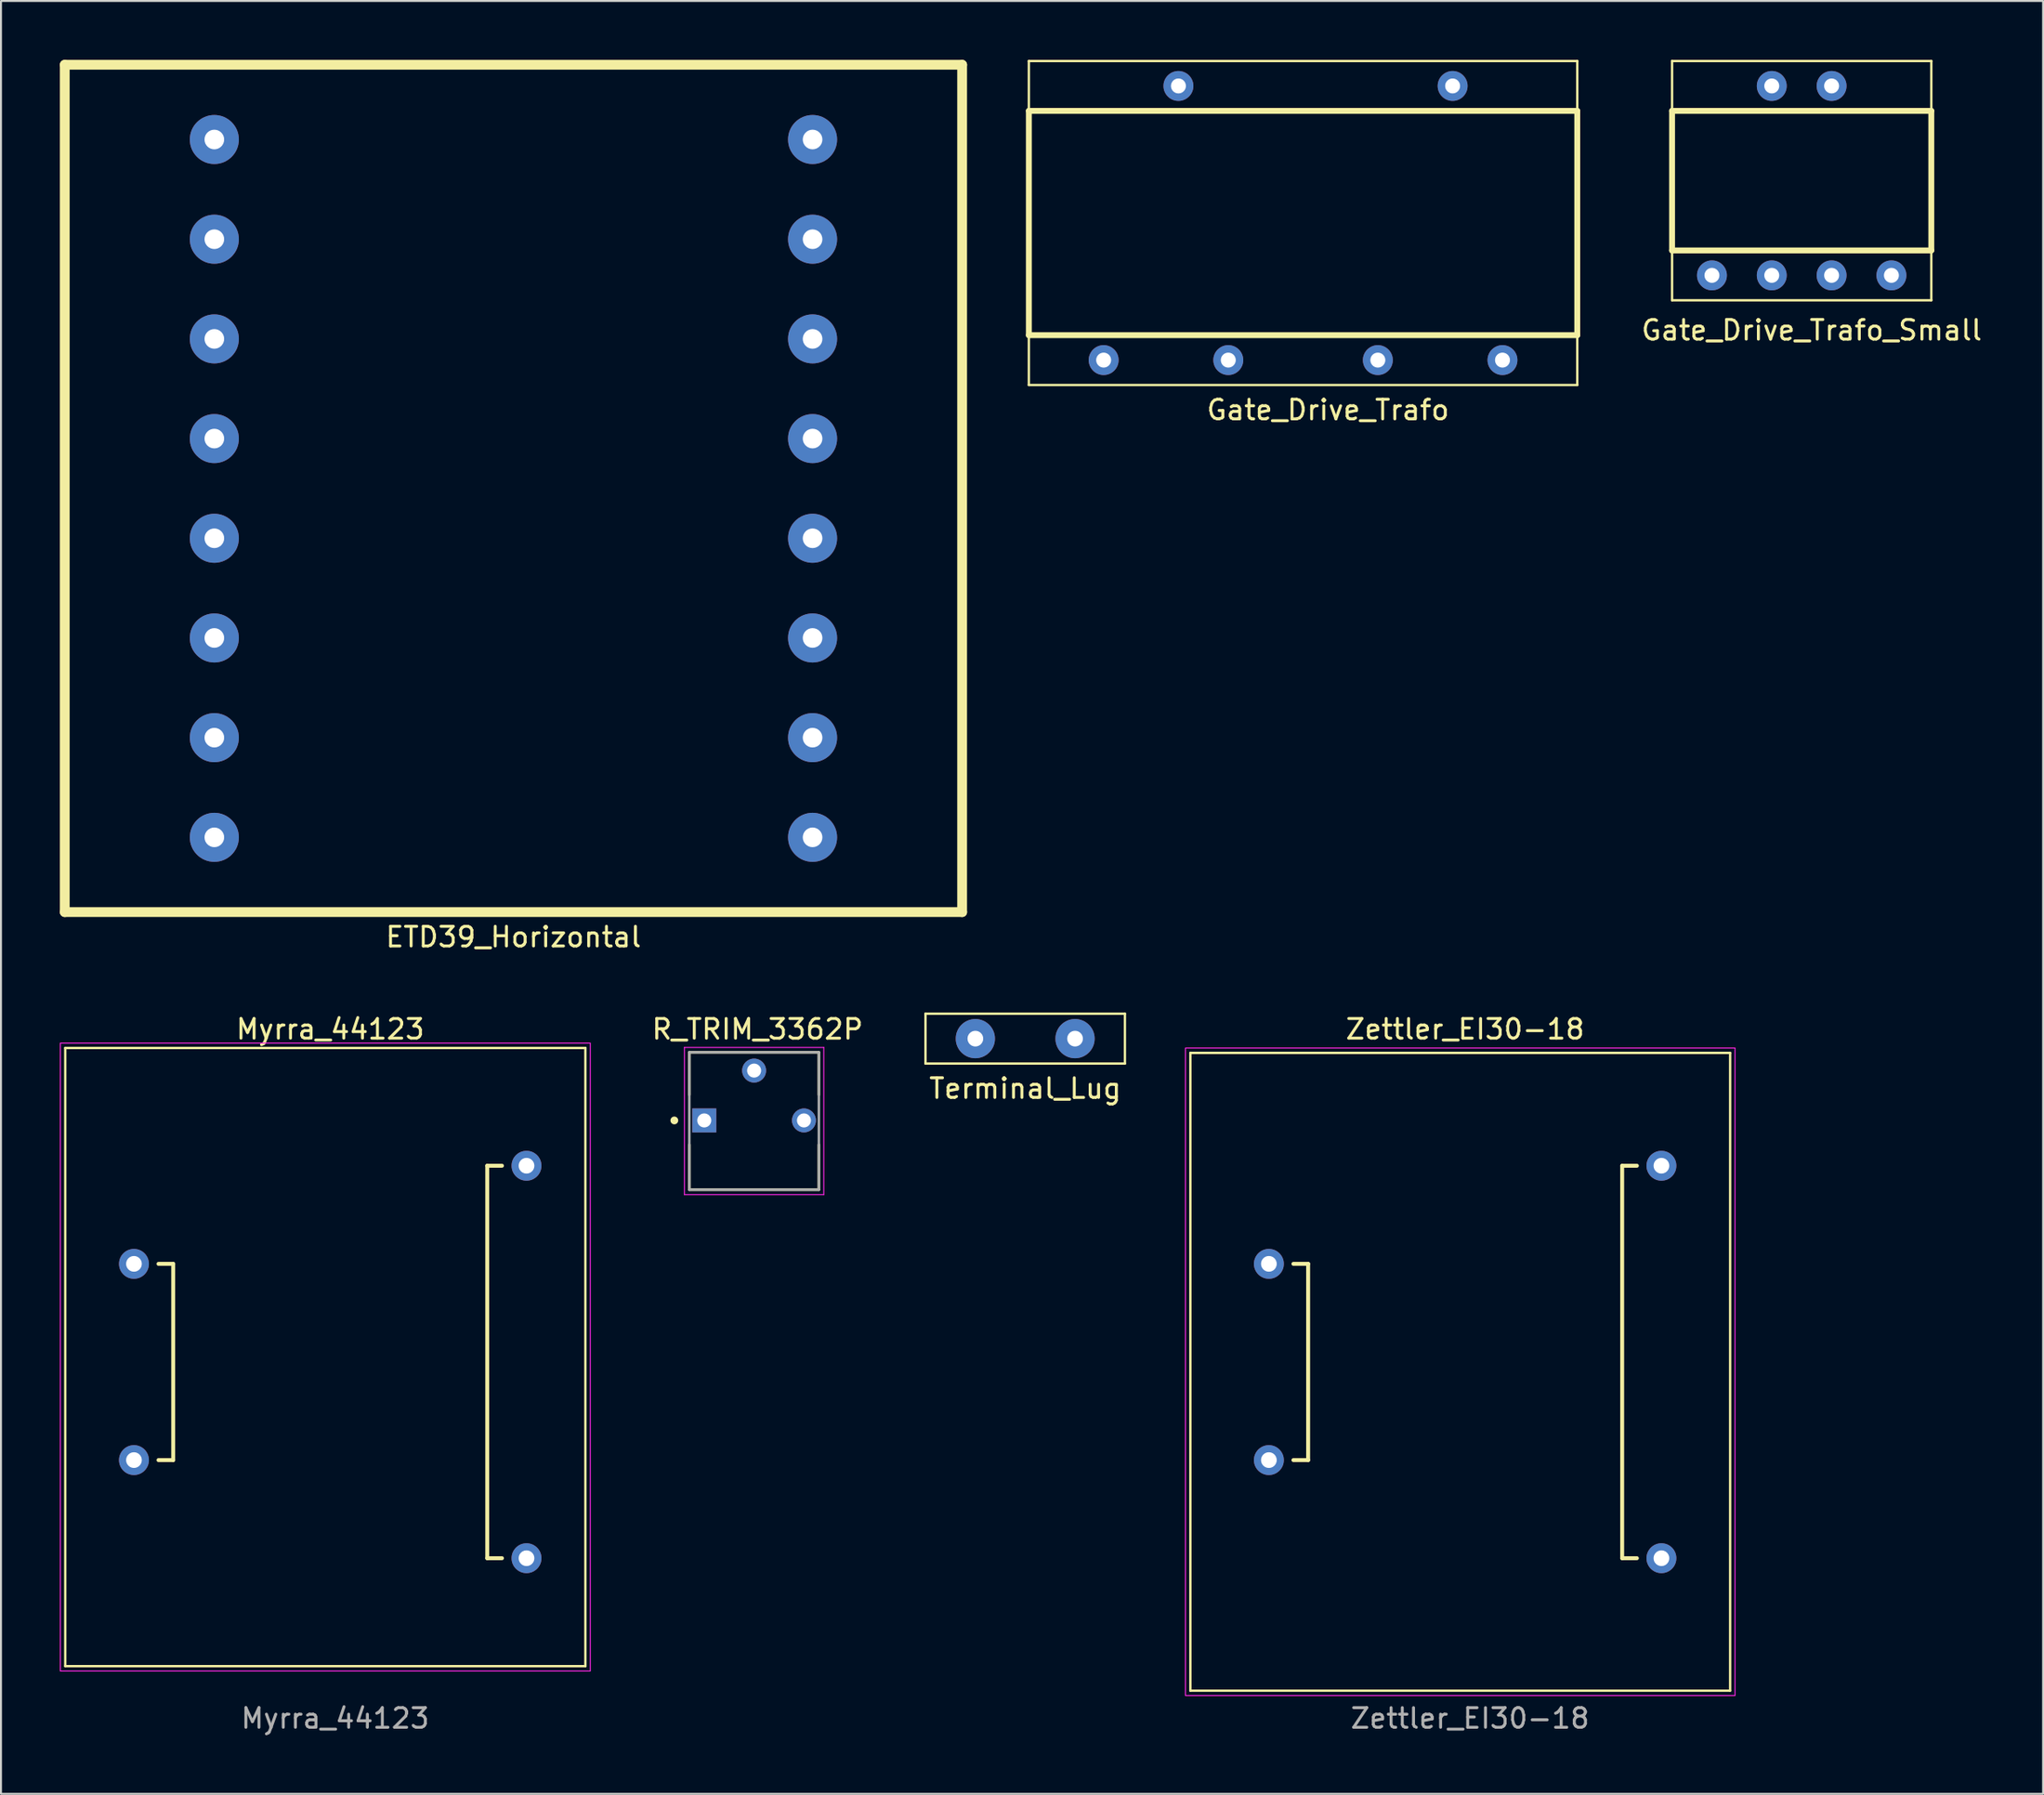
<source format=kicad_pcb>
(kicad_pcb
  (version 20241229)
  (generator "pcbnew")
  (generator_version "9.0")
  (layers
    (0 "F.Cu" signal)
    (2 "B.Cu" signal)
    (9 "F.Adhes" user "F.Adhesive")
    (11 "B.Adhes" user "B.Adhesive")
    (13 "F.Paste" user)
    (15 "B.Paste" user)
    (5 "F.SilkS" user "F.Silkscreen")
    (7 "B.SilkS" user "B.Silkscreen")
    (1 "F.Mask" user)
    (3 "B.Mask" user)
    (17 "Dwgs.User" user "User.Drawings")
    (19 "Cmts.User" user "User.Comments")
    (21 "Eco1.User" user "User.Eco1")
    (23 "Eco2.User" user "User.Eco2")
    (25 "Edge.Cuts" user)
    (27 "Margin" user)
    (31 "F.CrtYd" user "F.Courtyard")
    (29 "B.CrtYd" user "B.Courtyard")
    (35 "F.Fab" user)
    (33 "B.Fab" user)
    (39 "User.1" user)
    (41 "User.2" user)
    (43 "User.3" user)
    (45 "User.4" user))
  (footprint "Terminal_Lug"
    (layer "F.Cu")
    (at 49.183 49.878)
    (property "Reference" "Terminal_Lug" (at 0 2.54 0) (layer "F.SilkS") (effects (font (size 1 1) (thickness 0.15))))
    (attr through_hole)
    (fp_line (start -5.08 -1.27) (end -5.08 1.27) (stroke (width 0.12) (type solid)) (layer "F.SilkS"))
    (fp_line (start -5.08 1.27) (end 5.08 1.27) (stroke (width 0.12) (type solid)) (layer "F.SilkS"))
    (fp_line (start 5.08 -1.27) (end -5.08 -1.27) (stroke (width 0.12) (type solid)) (layer "F.SilkS"))
    (fp_line (start 5.08 1.27) (end 5.08 -1.27) (stroke (width 0.12) (type solid)) (layer "F.SilkS"))
    (pad "1" thru_hole circle (at -2.54 0) (size 2 2) (drill 0.8) (layers "*.Cu" "*.Mask"))
    (pad "2" thru_hole circle (at 2.54 0) (size 2 2) (drill 0.8) (layers "*.Cu" "*.Mask")))
  (footprint "Gate_Drive_Trafo"
    (layer "F.Cu")
    (at 64.61 7.68)
    (property "Reference" "Gate_Drive_Trafo" (at 0 10.16 0) (layer "F.SilkS") (effects (font (size 1 1) (thickness 0.15))))
    (attr through_hole)
    (fp_line (start -15.24 -7.62) (end 12.7 -7.62) (stroke (width 0.12) (type solid)) (layer "F.SilkS"))
    (fp_line (start -15.24 -5.08) (end -15.24 -7.62) (stroke (width 0.12) (type solid)) (layer "F.SilkS"))
    (fp_line (start -15.24 -5.08) (end 12.7 -5.08) (stroke (width 0.3) (type solid)) (layer "F.SilkS"))
    (fp_line (start -15.24 6.35) (end -15.24 -5.08) (stroke (width 0.3) (type solid)) (layer "F.SilkS"))
    (fp_line (start -15.24 6.35) (end -15.24 8.89) (stroke (width 0.12) (type solid)) (layer "F.SilkS"))
    (fp_line (start -15.24 8.89) (end 12.7 8.89) (stroke (width 0.12) (type solid)) (layer "F.SilkS"))
    (fp_line (start 12.7 -7.62) (end 12.7 -5.08) (stroke (width 0.12) (type solid)) (layer "F.SilkS"))
    (fp_line (start 12.7 -5.08) (end 12.7 6.35) (stroke (width 0.3) (type solid)) (layer "F.SilkS"))
    (fp_line (start 12.7 6.35) (end -15.24 6.35) (stroke (width 0.3) (type solid)) (layer "F.SilkS"))
    (fp_line (start 12.7 8.89) (end 12.7 6.35) (stroke (width 0.12) (type solid)) (layer "F.SilkS"))
    (pad "1" thru_hole circle (at 6.35 -6.35) (size 1.524 1.524) (drill 0.762) (layers "*.Cu" "*.Mask"))
    (pad "2" thru_hole circle (at -7.62 -6.35) (size 1.524 1.524) (drill 0.762) (layers "*.Cu" "*.Mask"))
    (pad "3" thru_hole circle (at 8.89 7.62) (size 1.524 1.524) (drill 0.762) (layers "*.Cu" "*.Mask"))
    (pad "4" thru_hole circle (at 2.54 7.62) (size 1.524 1.524) (drill 0.762) (layers "*.Cu" "*.Mask"))
    (pad "5" thru_hole circle (at -5.08 7.62) (size 1.524 1.524) (drill 0.762) (layers "*.Cu" "*.Mask"))
    (pad "6" thru_hole circle (at -11.43 7.62) (size 1.524 1.524) (drill 0.762) (layers "*.Cu" "*.Mask")))
  (footprint "ETD39_Horizontal"
    (layer "F.Cu")
    (at 23.11 21.84)
    (property "Reference" "ETD39_Horizontal" (at 0 22.86 0) (layer "F.SilkS") (effects (font (size 1 1) (thickness 0.15))))
    (attr through_hole)
    (fp_line (start -22.86 -21.59) (end 22.86 -21.59) (stroke (width 0.5) (type solid)) (layer "F.SilkS"))
    (fp_line (start -22.86 21.59) (end -22.86 -21.59) (stroke (width 0.5) (type solid)) (layer "F.SilkS"))
    (fp_line (start 22.86 -21.59) (end 22.86 21.59) (stroke (width 0.5) (type solid)) (layer "F.SilkS"))
    (fp_line (start 22.86 21.59) (end -22.86 21.59) (stroke (width 0.5) (type solid)) (layer "F.SilkS"))
    (pad "1" thru_hole circle (at -15.24 -17.78) (size 2.5 2.5) (drill 1) (layers "*.Cu" "*.Mask"))
    (pad "2" thru_hole circle (at -15.24 -12.7) (size 2.5 2.5) (drill 1) (layers "*.Cu" "*.Mask"))
    (pad "3" thru_hole circle (at -15.24 -7.62) (size 2.5 2.5) (drill 1) (layers "*.Cu" "*.Mask"))
    (pad "4" thru_hole circle (at -15.24 -2.54) (size 2.5 2.5) (drill 1) (layers "*.Cu" "*.Mask"))
    (pad "5" thru_hole circle (at -15.24 2.54) (size 2.5 2.5) (drill 1) (layers "*.Cu" "*.Mask"))
    (pad "6" thru_hole circle (at -15.24 7.62) (size 2.5 2.5) (drill 1) (layers "*.Cu" "*.Mask"))
    (pad "7" thru_hole circle (at -15.24 12.7) (size 2.5 2.5) (drill 1) (layers "*.Cu" "*.Mask"))
    (pad "8" thru_hole circle (at -15.24 17.78) (size 2.5 2.5) (drill 1) (layers "*.Cu" "*.Mask"))
    (pad "9" thru_hole circle (at 15.24 17.78) (size 2.5 2.5) (drill 1) (layers "*.Cu" "*.Mask"))
    (pad "10" thru_hole circle (at 15.24 12.7) (size 2.5 2.5) (drill 1) (layers "*.Cu" "*.Mask"))
    (pad "11" thru_hole circle (at 15.24 7.62) (size 2.5 2.5) (drill 1) (layers "*.Cu" "*.Mask"))
    (pad "12" thru_hole circle (at 15.24 2.54) (size 2.5 2.5) (drill 1) (layers "*.Cu" "*.Mask"))
    (pad "13" thru_hole circle (at 15.24 -2.54) (size 2.5 2.5) (drill 1) (layers "*.Cu" "*.Mask"))
    (pad "14" thru_hole circle (at 15.24 -7.62) (size 2.5 2.5) (drill 1) (layers "*.Cu" "*.Mask"))
    (pad "15" thru_hole circle (at 15.24 -12.7) (size 2.5 2.5) (drill 1) (layers "*.Cu" "*.Mask"))
    (pad "16" thru_hole circle (at 15.24 -17.78) (size 2.5 2.5) (drill 1) (layers "*.Cu" "*.Mask")))
  (footprint "R_TRIM_3362P"
    (layer "F.Cu")
    (at 35.371 54.046)
    (property "Reference" "R_TRIM_3362P" (at 0.175 -4.648 0) (layer "F.SilkS") (effects (font (size 1.003 1.003) (thickness 0.15))))
    (attr through_hole)
    (fp_line (start -3.3 -3.47) (end 3.3 -3.47) (stroke (width 0.127) (type solid)) (layer "F.SilkS"))
    (fp_line (start -3.3 -1.305) (end -3.3 -3.47) (stroke (width 0.127) (type solid)) (layer "F.SilkS"))
    (fp_line (start -3.3 3.52) (end -3.3 1.235) (stroke (width 0.127) (type solid)) (layer "F.SilkS"))
    (fp_line (start 3.3 -3.47) (end 3.3 -1.305) (stroke (width 0.127) (type solid)) (layer "F.SilkS"))
    (fp_line (start 3.3 1.235) (end 3.3 3.52) (stroke (width 0.127) (type solid)) (layer "F.SilkS"))
    (fp_line (start 3.3 3.53) (end -3.3 3.53) (stroke (width 0.127) (type solid)) (layer "F.SilkS"))
    (fp_circle (center -4.064 0) (end -3.964 0) (stroke (width 0.2) (type solid)) (fill no) (layer "F.SilkS"))
    (fp_line (start -3.55 -3.72) (end 3.55 -3.72) (stroke (width 0.05) (type solid)) (layer "F.CrtYd"))
    (fp_line (start -3.55 3.78) (end -3.55 -3.72) (stroke (width 0.05) (type solid)) (layer "F.CrtYd"))
    (fp_line (start 3.55 -3.72) (end 3.55 3.78) (stroke (width 0.05) (type solid)) (layer "F.CrtYd"))
    (fp_line (start 3.55 3.78) (end -3.55 3.78) (stroke (width 0.05) (type solid)) (layer "F.CrtYd"))
    (fp_line (start -3.3 -3.47) (end 3.3 -3.47) (stroke (width 0.127) (type solid)) (layer "F.Fab"))
    (fp_line (start -3.3 3.53) (end -3.3 -3.47) (stroke (width 0.127) (type solid)) (layer "F.Fab"))
    (fp_line (start 3.3 -3.47) (end 3.3 3.53) (stroke (width 0.127) (type solid)) (layer "F.Fab"))
    (fp_line (start 3.3 3.53) (end -3.3 3.53) (stroke (width 0.127) (type solid)) (layer "F.Fab"))
    (pad "1" thru_hole rect (at -2.54 0) (size 1.222 1.222) (drill 0.714) (layers "*.Cu" "*.Mask"))
    (pad "2" thru_hole circle (at 0 -2.54) (size 1.222 1.222) (drill 0.714) (layers "*.Cu" "*.Mask"))
    (pad "3" thru_hole circle (at 2.54 0) (size 1.222 1.222) (drill 0.714) (layers "*.Cu" "*.Mask")))
  (footprint "Myrra_44123"
    (layer "F.Cu")
    (at 13.775 67.105)
    (property "Reference" "Myrra_44123" (at 0 -17.708 0) (unlocked yes) (layer "F.SilkS") (effects (font (size 1 1) (thickness 0.15))))
    (attr through_hole)
    (fp_line (start -13.5 -16.75) (end -13.5 14.75) (stroke (width 0.12) (type solid)) (layer "F.SilkS"))
    (fp_line (start -13.5 -16.75) (end 13 -16.75) (stroke (width 0.12) (type solid)) (layer "F.SilkS"))
    (fp_line (start -13.5 14.75) (end 13 14.75) (stroke (width 0.12) (type solid)) (layer "F.SilkS"))
    (fp_line (start -8 -5.75) (end -8.75 -5.75) (stroke (width 0.2) (type solid)) (layer "F.SilkS"))
    (fp_line (start -8 -5.75) (end -8 4.25) (stroke (width 0.2) (type solid)) (layer "F.SilkS"))
    (fp_line (start -8 4.25) (end -8.75 4.25) (stroke (width 0.2) (type solid)) (layer "F.SilkS"))
    (fp_line (start 8 -10.75) (end 8.75 -10.75) (stroke (width 0.2) (type solid)) (layer "F.SilkS"))
    (fp_line (start 8 9.25) (end 8 -10.75) (stroke (width 0.2) (type solid)) (layer "F.SilkS"))
    (fp_line (start 8 9.25) (end 8.75 9.25) (stroke (width 0.2) (type solid)) (layer "F.SilkS"))
    (fp_line (start 13 -16.75) (end 13 14.75) (stroke (width 0.12) (type solid)) (layer "F.SilkS"))
    (fp_rect (start -13.75 -17) (end 13.25 15) (stroke (width 0.05) (type solid)) (fill no) (layer "F.CrtYd"))
    (fp_text user "${REFERENCE}" (at 0.25 17.41 0) (unlocked yes) (layer "F.Fab") (effects (font (size 1 1) (thickness 0.15))))
    (pad "1" thru_hole circle (at 10 -10.75) (size 1.524 1.524) (drill 0.8) (layers "*.Cu" "*.Mask"))
    (pad "5" thru_hole circle (at 10 9.25) (size 1.524 1.524) (drill 0.8) (layers "*.Cu" "*.Mask"))
    (pad "7" thru_hole circle (at -10 4.25) (size 1.524 1.524) (drill 0.8) (layers "*.Cu" "*.Mask"))
    (pad "9" thru_hole circle (at -10 -5.75) (size 1.524 1.524) (drill 0.8) (layers "*.Cu" "*.Mask")))
  (footprint "Zettler_EI30-18"
    (layer "F.Cu")
    (at 71.598 67.105)
    (property "Reference" "Zettler_EI30-18" (at 0 -17.708 0) (unlocked yes) (layer "F.SilkS") (effects (font (size 1 1) (thickness 0.15))))
    (attr through_hole)
    (fp_line (start -14 -16.5) (end -14 16) (stroke (width 0.12) (type solid)) (layer "F.SilkS"))
    (fp_line (start -14 -16.5) (end 13.5 -16.5) (stroke (width 0.12) (type solid)) (layer "F.SilkS"))
    (fp_line (start -14 16) (end 13.5 16) (stroke (width 0.12) (type solid)) (layer "F.SilkS"))
    (fp_line (start -8 -5.75) (end -8.75 -5.75) (stroke (width 0.2) (type solid)) (layer "F.SilkS"))
    (fp_line (start -8 -5.75) (end -8 4.25) (stroke (width 0.2) (type solid)) (layer "F.SilkS"))
    (fp_line (start -8 4.25) (end -8.75 4.25) (stroke (width 0.2) (type solid)) (layer "F.SilkS"))
    (fp_line (start 8 -10.75) (end 8.75 -10.75) (stroke (width 0.2) (type solid)) (layer "F.SilkS"))
    (fp_line (start 8 9.25) (end 8 -10.75) (stroke (width 0.2) (type solid)) (layer "F.SilkS"))
    (fp_line (start 8 9.25) (end 8.75 9.25) (stroke (width 0.2) (type solid)) (layer "F.SilkS"))
    (fp_line (start 13.5 -16.5) (end 13.5 16) (stroke (width 0.12) (type solid)) (layer "F.SilkS"))
    (fp_rect (start -14.25 -16.75) (end 13.75 16.25) (stroke (width 0.05) (type solid)) (fill no) (layer "F.CrtYd"))
    (fp_text user "${REFERENCE}" (at 0.25 17.41 0) (unlocked yes) (layer "F.Fab") (effects (font (size 1 1) (thickness 0.15))))
    (pad "1" thru_hole circle (at 10 -10.75) (size 1.524 1.524) (drill 0.8) (layers "*.Cu" "*.Mask"))
    (pad "5" thru_hole circle (at 10 9.25) (size 1.524 1.524) (drill 0.8) (layers "*.Cu" "*.Mask"))
    (pad "7" thru_hole circle (at -10 4.25) (size 1.524 1.524) (drill 0.8) (layers "*.Cu" "*.Mask"))
    (pad "9" thru_hole circle (at -10 -5.75) (size 1.524 1.524) (drill 0.8) (layers "*.Cu" "*.Mask")))
  (footprint "Gate_Drive_Trafo_Small"
    (layer "F.Cu")
    (at 89.252 6.664)
    (property "Reference" "Gate_Drive_Trafo_Small" (at 0 7.112 0) (layer "F.SilkS") (effects (font (size 1 1) (thickness 0.15))))
    (attr through_hole)
    (fp_line (start -7.112 -6.604) (end 6.096 -6.604) (stroke (width 0.12) (type solid)) (layer "F.SilkS"))
    (fp_line (start -7.112 -4.064) (end -7.112 -6.604) (stroke (width 0.12) (type solid)) (layer "F.SilkS"))
    (fp_line (start -7.112 -4.064) (end 6.096 -4.064) (stroke (width 0.3) (type solid)) (layer "F.SilkS"))
    (fp_line (start -7.112 3.048) (end -7.112 -4.064) (stroke (width 0.3) (type solid)) (layer "F.SilkS"))
    (fp_line (start -7.112 3.048) (end -7.112 5.588) (stroke (width 0.12) (type solid)) (layer "F.SilkS"))
    (fp_line (start -7.112 5.588) (end 6.096 5.588) (stroke (width 0.12) (type solid)) (layer "F.SilkS"))
    (fp_line (start 6.096 -6.604) (end 6.096 -4.064) (stroke (width 0.12) (type solid)) (layer "F.SilkS"))
    (fp_line (start 6.096 -4.064) (end 6.096 3.048) (stroke (width 0.3) (type solid)) (layer "F.SilkS"))
    (fp_line (start 6.096 3.048) (end -7.112 3.048) (stroke (width 0.3) (type solid)) (layer "F.SilkS"))
    (fp_line (start 6.096 5.588) (end 6.096 3.048) (stroke (width 0.12) (type solid)) (layer "F.SilkS"))
    (pad "1" thru_hole circle (at 1.016 -5.334) (size 1.524 1.524) (drill 0.762) (layers "*.Cu" "*.Mask"))
    (pad "2" thru_hole circle (at -2.032 -5.334) (size 1.524 1.524) (drill 0.762) (layers "*.Cu" "*.Mask"))
    (pad "3" thru_hole circle (at 4.064 4.318) (size 1.524 1.524) (drill 0.762) (layers "*.Cu" "*.Mask"))
    (pad "4" thru_hole circle (at 1.016 4.318) (size 1.524 1.524) (drill 0.762) (layers "*.Cu" "*.Mask"))
    (pad "5" thru_hole circle (at -2.032 4.318) (size 1.524 1.524) (drill 0.762) (layers "*.Cu" "*.Mask"))
    (pad "6" thru_hole circle (at -5.08 4.318) (size 1.524 1.524) (drill 0.762) (layers "*.Cu" "*.Mask")))
  (gr_rect
    (start -3 -3)
    (end 101.043 88.363)
    (stroke (width 0.1) (type default))
    (fill no)
    (layer "Edge.Cuts")))
</source>
